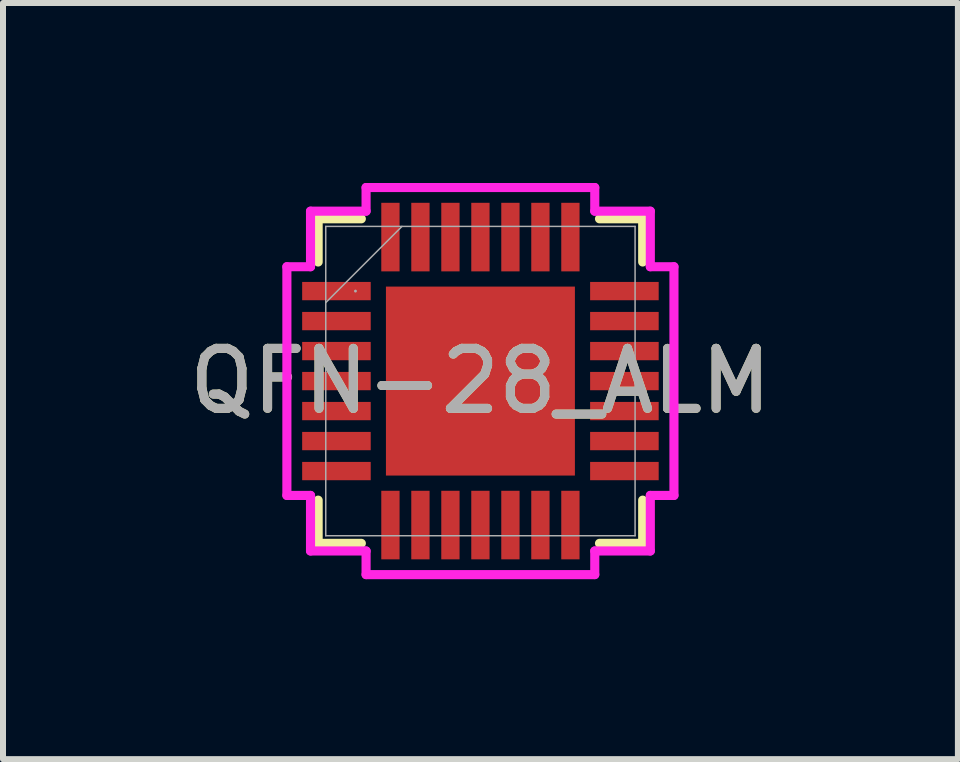
<source format=kicad_pcb>
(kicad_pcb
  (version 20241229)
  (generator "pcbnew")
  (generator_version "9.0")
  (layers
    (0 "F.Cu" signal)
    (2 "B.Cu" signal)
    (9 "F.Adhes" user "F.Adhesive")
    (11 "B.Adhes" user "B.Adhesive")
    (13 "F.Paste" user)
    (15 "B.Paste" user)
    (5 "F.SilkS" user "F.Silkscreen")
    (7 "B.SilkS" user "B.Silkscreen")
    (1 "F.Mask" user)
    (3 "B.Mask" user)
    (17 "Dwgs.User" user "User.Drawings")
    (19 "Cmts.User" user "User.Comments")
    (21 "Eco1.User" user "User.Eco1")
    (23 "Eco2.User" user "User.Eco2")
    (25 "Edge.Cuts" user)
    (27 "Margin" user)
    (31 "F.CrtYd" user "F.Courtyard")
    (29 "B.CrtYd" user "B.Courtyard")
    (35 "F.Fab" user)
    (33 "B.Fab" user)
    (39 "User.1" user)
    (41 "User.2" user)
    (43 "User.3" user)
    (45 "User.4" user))
  (footprint "QFN-28_ALM"
    (layer "F.Cu")
    (at 4.958 3.302)
    (property "Reference" "QFN-28_ALM" (at 0 0 0) (unlocked yes) (layer "F.SilkS") (effects (font (size 1 1) (thickness 0.15))))
    (attr smd)
    (fp_line (start -2.705 -2.705) (end -2.705 -1.985) (stroke (width 0.152) (type solid)) (layer "F.SilkS"))
    (fp_line (start -2.705 1.985) (end -2.705 2.705) (stroke (width 0.152) (type solid)) (layer "F.SilkS"))
    (fp_line (start -2.705 2.705) (end -1.985 2.705) (stroke (width 0.152) (type solid)) (layer "F.SilkS"))
    (fp_line (start -1.985 -2.705) (end -2.705 -2.705) (stroke (width 0.152) (type solid)) (layer "F.SilkS"))
    (fp_line (start 1.985 2.705) (end 2.705 2.705) (stroke (width 0.152) (type solid)) (layer "F.SilkS"))
    (fp_line (start 2.705 -2.705) (end 1.985 -2.705) (stroke (width 0.152) (type solid)) (layer "F.SilkS"))
    (fp_line (start 2.705 -1.985) (end 2.705 -2.705) (stroke (width 0.152) (type solid)) (layer "F.SilkS"))
    (fp_line (start 2.705 2.705) (end 2.705 1.985) (stroke (width 0.152) (type solid)) (layer "F.SilkS"))
    (fp_poly (pts (xy -1.475 -1.475) (xy -1.475 -0.1) (xy -0.1 -0.1) (xy -0.1 -1.475)) (stroke (width 0) (type solid)) (fill yes) (layer "F.Paste"))
    (fp_poly (pts (xy -1.475 0.1) (xy -1.475 1.475) (xy -0.1 1.475) (xy -0.1 0.1)) (stroke (width 0) (type solid)) (fill yes) (layer "F.Paste"))
    (fp_poly (pts (xy 0.1 -1.475) (xy 0.1 -0.1) (xy 1.475 -0.1) (xy 1.475 -1.475)) (stroke (width 0) (type solid)) (fill yes) (layer "F.Paste"))
    (fp_poly (pts (xy 0.1 0.1) (xy 0.1 1.475) (xy 1.475 1.475) (xy 1.475 0.1)) (stroke (width 0) (type solid)) (fill yes) (layer "F.Paste"))
    (fp_line (start -3.226 -1.906) (end -2.832 -1.906) (stroke (width 0.152) (type solid)) (layer "F.CrtYd"))
    (fp_line (start -3.226 1.906) (end -3.226 -1.906) (stroke (width 0.152) (type solid)) (layer "F.CrtYd"))
    (fp_line (start -2.832 -2.832) (end -1.906 -2.832) (stroke (width 0.152) (type solid)) (layer "F.CrtYd"))
    (fp_line (start -2.832 -1.906) (end -2.832 -2.832) (stroke (width 0.152) (type solid)) (layer "F.CrtYd"))
    (fp_line (start -2.832 1.906) (end -3.226 1.906) (stroke (width 0.152) (type solid)) (layer "F.CrtYd"))
    (fp_line (start -2.832 2.832) (end -2.832 1.906) (stroke (width 0.152) (type solid)) (layer "F.CrtYd"))
    (fp_line (start -1.906 -3.226) (end 1.906 -3.226) (stroke (width 0.152) (type solid)) (layer "F.CrtYd"))
    (fp_line (start -1.906 -2.832) (end -1.906 -3.226) (stroke (width 0.152) (type solid)) (layer "F.CrtYd"))
    (fp_line (start -1.906 2.832) (end -2.832 2.832) (stroke (width 0.152) (type solid)) (layer "F.CrtYd"))
    (fp_line (start -1.906 3.226) (end -1.906 2.832) (stroke (width 0.152) (type solid)) (layer "F.CrtYd"))
    (fp_line (start 1.906 -3.226) (end 1.906 -2.832) (stroke (width 0.152) (type solid)) (layer "F.CrtYd"))
    (fp_line (start 1.906 -2.832) (end 2.832 -2.832) (stroke (width 0.152) (type solid)) (layer "F.CrtYd"))
    (fp_line (start 1.906 2.832) (end 1.906 3.226) (stroke (width 0.152) (type solid)) (layer "F.CrtYd"))
    (fp_line (start 1.906 3.226) (end -1.906 3.226) (stroke (width 0.152) (type solid)) (layer "F.CrtYd"))
    (fp_line (start 2.832 -2.832) (end 2.832 -1.906) (stroke (width 0.152) (type solid)) (layer "F.CrtYd"))
    (fp_line (start 2.832 -1.906) (end 3.226 -1.906) (stroke (width 0.152) (type solid)) (layer "F.CrtYd"))
    (fp_line (start 2.832 1.906) (end 2.832 2.832) (stroke (width 0.152) (type solid)) (layer "F.CrtYd"))
    (fp_line (start 2.832 2.832) (end 1.906 2.832) (stroke (width 0.152) (type solid)) (layer "F.CrtYd"))
    (fp_line (start 3.226 -1.906) (end 3.226 1.906) (stroke (width 0.152) (type solid)) (layer "F.CrtYd"))
    (fp_line (start 3.226 1.906) (end 2.832 1.906) (stroke (width 0.152) (type solid)) (layer "F.CrtYd"))
    (fp_line (start -2.578 -2.578) (end -2.578 2.578) (stroke (width 0.025) (type solid)) (layer "F.Fab"))
    (fp_line (start -2.578 -1.308) (end -1.308 -2.578) (stroke (width 0.025) (type solid)) (layer "F.Fab"))
    (fp_line (start -2.578 2.578) (end 2.578 2.578) (stroke (width 0.025) (type solid)) (layer "F.Fab"))
    (fp_line (start 2.578 -2.578) (end -2.578 -2.578) (stroke (width 0.025) (type solid)) (layer "F.Fab"))
    (fp_line (start 2.578 2.578) (end 2.578 -2.578) (stroke (width 0.025) (type solid)) (layer "F.Fab"))
    (fp_circle (center -2.083 -1.5) (end -2.083 -1.5) (stroke (width 0.025) (type solid)) (fill no) (layer "F.Fab"))
    (fp_text user "${REFERENCE}" (at 0 0 0) (unlocked yes) (layer "F.Fab") (effects (font (size 1 1) (thickness 0.15))))
    (pad "1" smd rect (at -2.4 -1.5) (size 1.143 0.305) (layers "F.Cu" "F.Mask" "F.Paste"))
    (pad "2" smd rect (at -2.4 -1) (size 1.143 0.305) (layers "F.Cu" "F.Mask" "F.Paste"))
    (pad "3" smd rect (at -2.4 -0.5) (size 1.143 0.305) (layers "F.Cu" "F.Mask" "F.Paste"))
    (pad "4" smd rect (at -2.4 0) (size 1.143 0.305) (layers "F.Cu" "F.Mask" "F.Paste"))
    (pad "5" smd rect (at -2.4 0.5) (size 1.143 0.305) (layers "F.Cu" "F.Mask" "F.Paste"))
    (pad "6" smd rect (at -2.4 1) (size 1.143 0.305) (layers "F.Cu" "F.Mask" "F.Paste"))
    (pad "7" smd rect (at -2.4 1.5) (size 1.143 0.305) (layers "F.Cu" "F.Mask" "F.Paste"))
    (pad "8" smd rect (at -1.5 2.4 90) (size 1.143 0.305) (layers "F.Cu" "F.Mask" "F.Paste"))
    (pad "9" smd rect (at -1 2.4 90) (size 1.143 0.305) (layers "F.Cu" "F.Mask" "F.Paste"))
    (pad "10" smd rect (at -0.5 2.4 90) (size 1.143 0.305) (layers "F.Cu" "F.Mask" "F.Paste"))
    (pad "11" smd rect (at 0 2.4 90) (size 1.143 0.305) (layers "F.Cu" "F.Mask" "F.Paste"))
    (pad "12" smd rect (at 0.5 2.4 90) (size 1.143 0.305) (layers "F.Cu" "F.Mask" "F.Paste"))
    (pad "13" smd rect (at 1 2.4 90) (size 1.143 0.305) (layers "F.Cu" "F.Mask" "F.Paste"))
    (pad "14" smd rect (at 1.5 2.4 90) (size 1.143 0.305) (layers "F.Cu" "F.Mask" "F.Paste"))
    (pad "15" smd rect (at 2.4 1.5) (size 1.143 0.305) (layers "F.Cu" "F.Mask" "F.Paste"))
    (pad "16" smd rect (at 2.4 1) (size 1.143 0.305) (layers "F.Cu" "F.Mask" "F.Paste"))
    (pad "17" smd rect (at 2.4 0.5) (size 1.143 0.305) (layers "F.Cu" "F.Mask" "F.Paste"))
    (pad "18" smd rect (at 2.4 0) (size 1.143 0.305) (layers "F.Cu" "F.Mask" "F.Paste"))
    (pad "19" smd rect (at 2.4 -0.5) (size 1.143 0.305) (layers "F.Cu" "F.Mask" "F.Paste"))
    (pad "20" smd rect (at 2.4 -1) (size 1.143 0.305) (layers "F.Cu" "F.Mask" "F.Paste"))
    (pad "21" smd rect (at 2.4 -1.5) (size 1.143 0.305) (layers "F.Cu" "F.Mask" "F.Paste"))
    (pad "22" smd rect (at 1.5 -2.4 90) (size 1.143 0.305) (layers "F.Cu" "F.Mask" "F.Paste"))
    (pad "23" smd rect (at 1 -2.4 90) (size 1.143 0.305) (layers "F.Cu" "F.Mask" "F.Paste"))
    (pad "24" smd rect (at 0.5 -2.4 90) (size 1.143 0.305) (layers "F.Cu" "F.Mask" "F.Paste"))
    (pad "25" smd rect (at 0 -2.4 90) (size 1.143 0.305) (layers "F.Cu" "F.Mask" "F.Paste"))
    (pad "26" smd rect (at -0.5 -2.4 90) (size 1.143 0.305) (layers "F.Cu" "F.Mask" "F.Paste"))
    (pad "27" smd rect (at -1 -2.4 90) (size 1.143 0.305) (layers "F.Cu" "F.Mask" "F.Paste"))
    (pad "28" smd rect (at -1.5 -2.4 90) (size 1.143 0.305) (layers "F.Cu" "F.Mask" "F.Paste"))
    (pad "29" smd rect (at 0 0) (size 3.15 3.15) (layers "F.Cu" "F.Mask")))
  (gr_rect
    (start -3 -3)
    (end 12.917 9.604)
    (stroke (width 0.1) (type default))
    (fill no)
    (layer "Edge.Cuts")))
</source>
